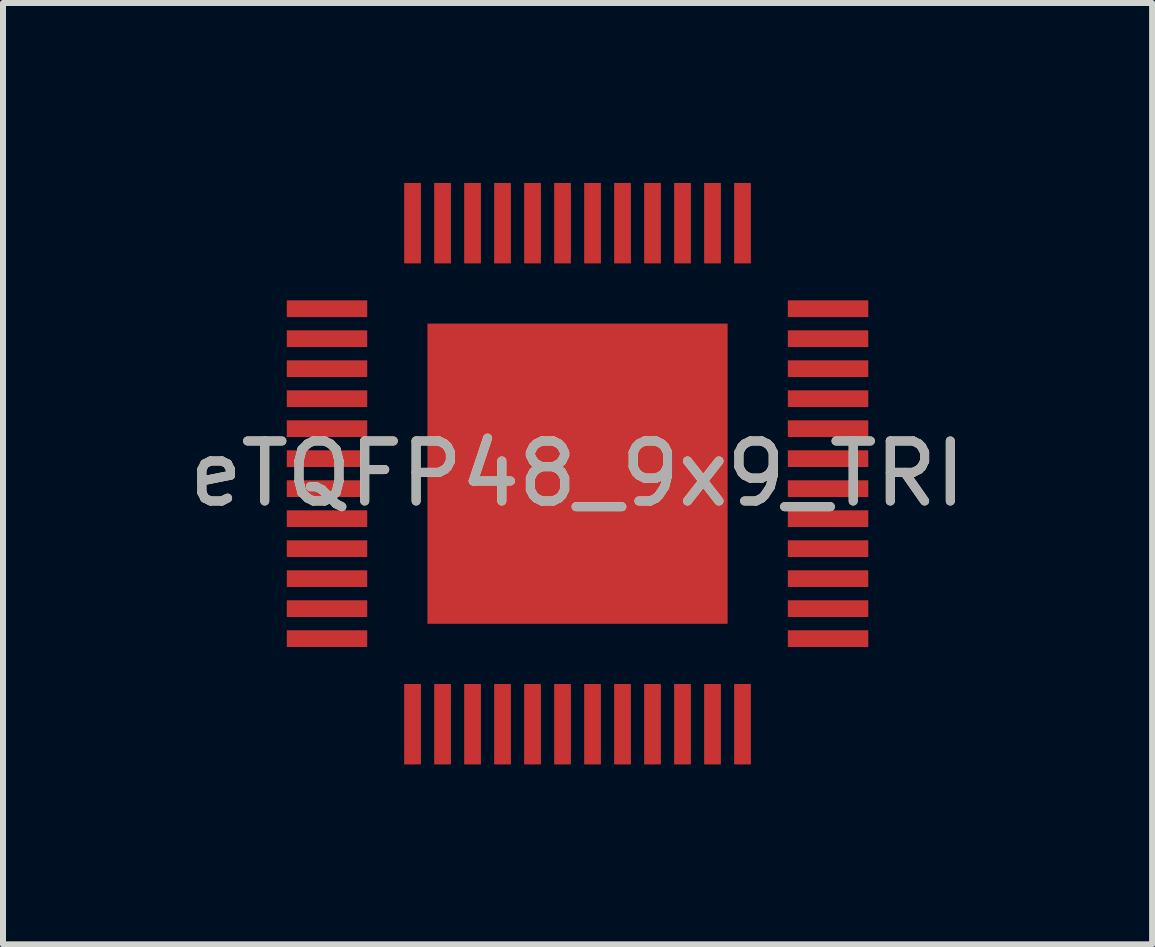
<source format=kicad_pcb>
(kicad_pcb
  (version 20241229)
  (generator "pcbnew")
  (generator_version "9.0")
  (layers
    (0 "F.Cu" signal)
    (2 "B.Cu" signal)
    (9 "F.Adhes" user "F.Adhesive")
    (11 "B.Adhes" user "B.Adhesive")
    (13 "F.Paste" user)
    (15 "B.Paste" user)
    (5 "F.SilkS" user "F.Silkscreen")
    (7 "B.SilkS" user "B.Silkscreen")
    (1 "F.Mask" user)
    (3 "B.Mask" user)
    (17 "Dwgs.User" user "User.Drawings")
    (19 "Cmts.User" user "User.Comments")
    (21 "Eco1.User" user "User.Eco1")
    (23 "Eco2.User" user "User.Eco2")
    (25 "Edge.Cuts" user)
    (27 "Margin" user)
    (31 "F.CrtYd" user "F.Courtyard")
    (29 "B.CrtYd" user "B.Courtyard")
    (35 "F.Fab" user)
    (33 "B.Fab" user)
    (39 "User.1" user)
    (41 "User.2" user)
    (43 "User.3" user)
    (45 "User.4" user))
  (footprint "eTQFP48_9x9_TRI"
    (layer "F.Cu")
    (at 6.577 4.846)
    (property "Reference" "eTQFP48_9x9_TRI" (at 0 0 0) (unlocked yes) (layer "F.SilkS") (effects (font (size 1 1) (thickness 0.15))))
    (attr smd)
    (fp_text user "${REFERENCE}" (at 0 0 0) (unlocked yes) (layer "F.Fab") (effects (font (size 1 1) (thickness 0.15))))
    (pad "1" smd rect (at -4.176 -2.75 90) (size 0.279 1.341) (layers "F.Cu" "F.Mask" "F.Paste"))
    (pad "2" smd rect (at -4.176 -2.25 90) (size 0.279 1.341) (layers "F.Cu" "F.Mask" "F.Paste"))
    (pad "3" smd rect (at -4.176 -1.75 90) (size 0.279 1.341) (layers "F.Cu" "F.Mask" "F.Paste"))
    (pad "4" smd rect (at -4.176 -1.25 90) (size 0.279 1.341) (layers "F.Cu" "F.Mask" "F.Paste"))
    (pad "5" smd rect (at -4.176 -0.75 90) (size 0.279 1.341) (layers "F.Cu" "F.Mask" "F.Paste"))
    (pad "6" smd rect (at -4.176 -0.25 90) (size 0.279 1.341) (layers "F.Cu" "F.Mask" "F.Paste"))
    (pad "7" smd rect (at -4.176 0.25 90) (size 0.279 1.341) (layers "F.Cu" "F.Mask" "F.Paste"))
    (pad "8" smd rect (at -4.176 0.75 90) (size 0.279 1.341) (layers "F.Cu" "F.Mask" "F.Paste"))
    (pad "9" smd rect (at -4.176 1.25 90) (size 0.279 1.341) (layers "F.Cu" "F.Mask" "F.Paste"))
    (pad "10" smd rect (at -4.176 1.75 90) (size 0.279 1.341) (layers "F.Cu" "F.Mask" "F.Paste"))
    (pad "11" smd rect (at -4.176 2.25 90) (size 0.279 1.341) (layers "F.Cu" "F.Mask" "F.Paste"))
    (pad "12" smd rect (at -4.176 2.75 90) (size 0.279 1.341) (layers "F.Cu" "F.Mask" "F.Paste"))
    (pad "13" smd rect (at -2.75 4.176) (size 0.279 1.341) (layers "F.Cu" "F.Mask" "F.Paste"))
    (pad "14" smd rect (at -2.25 4.176) (size 0.279 1.341) (layers "F.Cu" "F.Mask" "F.Paste"))
    (pad "15" smd rect (at -1.75 4.176) (size 0.279 1.341) (layers "F.Cu" "F.Mask" "F.Paste"))
    (pad "16" smd rect (at -1.25 4.176) (size 0.279 1.341) (layers "F.Cu" "F.Mask" "F.Paste"))
    (pad "17" smd rect (at -0.75 4.176) (size 0.279 1.341) (layers "F.Cu" "F.Mask" "F.Paste"))
    (pad "18" smd rect (at -0.25 4.176) (size 0.279 1.341) (layers "F.Cu" "F.Mask" "F.Paste"))
    (pad "19" smd rect (at 0.25 4.176) (size 0.279 1.341) (layers "F.Cu" "F.Mask" "F.Paste"))
    (pad "20" smd rect (at 0.75 4.176) (size 0.279 1.341) (layers "F.Cu" "F.Mask" "F.Paste"))
    (pad "21" smd rect (at 1.25 4.176) (size 0.279 1.341) (layers "F.Cu" "F.Mask" "F.Paste"))
    (pad "22" smd rect (at 1.75 4.176) (size 0.279 1.341) (layers "F.Cu" "F.Mask" "F.Paste"))
    (pad "23" smd rect (at 2.25 4.176) (size 0.279 1.341) (layers "F.Cu" "F.Mask" "F.Paste"))
    (pad "24" smd rect (at 2.75 4.176) (size 0.279 1.341) (layers "F.Cu" "F.Mask" "F.Paste"))
    (pad "25" smd rect (at 4.176 2.75 90) (size 0.279 1.341) (layers "F.Cu" "F.Mask" "F.Paste"))
    (pad "26" smd rect (at 4.176 2.25 90) (size 0.279 1.341) (layers "F.Cu" "F.Mask" "F.Paste"))
    (pad "27" smd rect (at 4.176 1.75 90) (size 0.279 1.341) (layers "F.Cu" "F.Mask" "F.Paste"))
    (pad "28" smd rect (at 4.176 1.25 90) (size 0.279 1.341) (layers "F.Cu" "F.Mask" "F.Paste"))
    (pad "29" smd rect (at 4.176 0.75 90) (size 0.279 1.341) (layers "F.Cu" "F.Mask" "F.Paste"))
    (pad "30" smd rect (at 4.176 0.25 90) (size 0.279 1.341) (layers "F.Cu" "F.Mask" "F.Paste"))
    (pad "31" smd rect (at 4.176 -0.25 90) (size 0.279 1.341) (layers "F.Cu" "F.Mask" "F.Paste"))
    (pad "32" smd rect (at 4.176 -0.75 90) (size 0.279 1.341) (layers "F.Cu" "F.Mask" "F.Paste"))
    (pad "33" smd rect (at 4.176 -1.25 90) (size 0.279 1.341) (layers "F.Cu" "F.Mask" "F.Paste"))
    (pad "34" smd rect (at 4.176 -1.75 90) (size 0.279 1.341) (layers "F.Cu" "F.Mask" "F.Paste"))
    (pad "35" smd rect (at 4.176 -2.25 90) (size 0.279 1.341) (layers "F.Cu" "F.Mask" "F.Paste"))
    (pad "36" smd rect (at 4.176 -2.75 90) (size 0.279 1.341) (layers "F.Cu" "F.Mask" "F.Paste"))
    (pad "37" smd rect (at 2.75 -4.176) (size 0.279 1.341) (layers "F.Cu" "F.Mask" "F.Paste"))
    (pad "38" smd rect (at 2.25 -4.176) (size 0.279 1.341) (layers "F.Cu" "F.Mask" "F.Paste"))
    (pad "39" smd rect (at 1.75 -4.176) (size 0.279 1.341) (layers "F.Cu" "F.Mask" "F.Paste"))
    (pad "40" smd rect (at 1.25 -4.176) (size 0.279 1.341) (layers "F.Cu" "F.Mask" "F.Paste"))
    (pad "41" smd rect (at 0.75 -4.176) (size 0.279 1.341) (layers "F.Cu" "F.Mask" "F.Paste"))
    (pad "42" smd rect (at 0.25 -4.176) (size 0.279 1.341) (layers "F.Cu" "F.Mask" "F.Paste"))
    (pad "43" smd rect (at -0.25 -4.176) (size 0.279 1.341) (layers "F.Cu" "F.Mask" "F.Paste"))
    (pad "44" smd rect (at -0.75 -4.176) (size 0.279 1.341) (layers "F.Cu" "F.Mask" "F.Paste"))
    (pad "45" smd rect (at -1.25 -4.176) (size 0.279 1.341) (layers "F.Cu" "F.Mask" "F.Paste"))
    (pad "46" smd rect (at -1.75 -4.176) (size 0.279 1.341) (layers "F.Cu" "F.Mask" "F.Paste"))
    (pad "47" smd rect (at -2.25 -4.176) (size 0.279 1.341) (layers "F.Cu" "F.Mask" "F.Paste"))
    (pad "48" smd rect (at -2.75 -4.176) (size 0.279 1.341) (layers "F.Cu" "F.Mask" "F.Paste"))
    (pad "EPAD" smd rect (at 0 0) (size 5.004 5.004) (layers "F.Cu" "F.Mask" "F.Paste")))
  (gr_rect
    (start -3 -3)
    (end 16.155 12.692)
    (stroke (width 0.1) (type default))
    (fill no)
    (layer "Edge.Cuts")))
</source>
